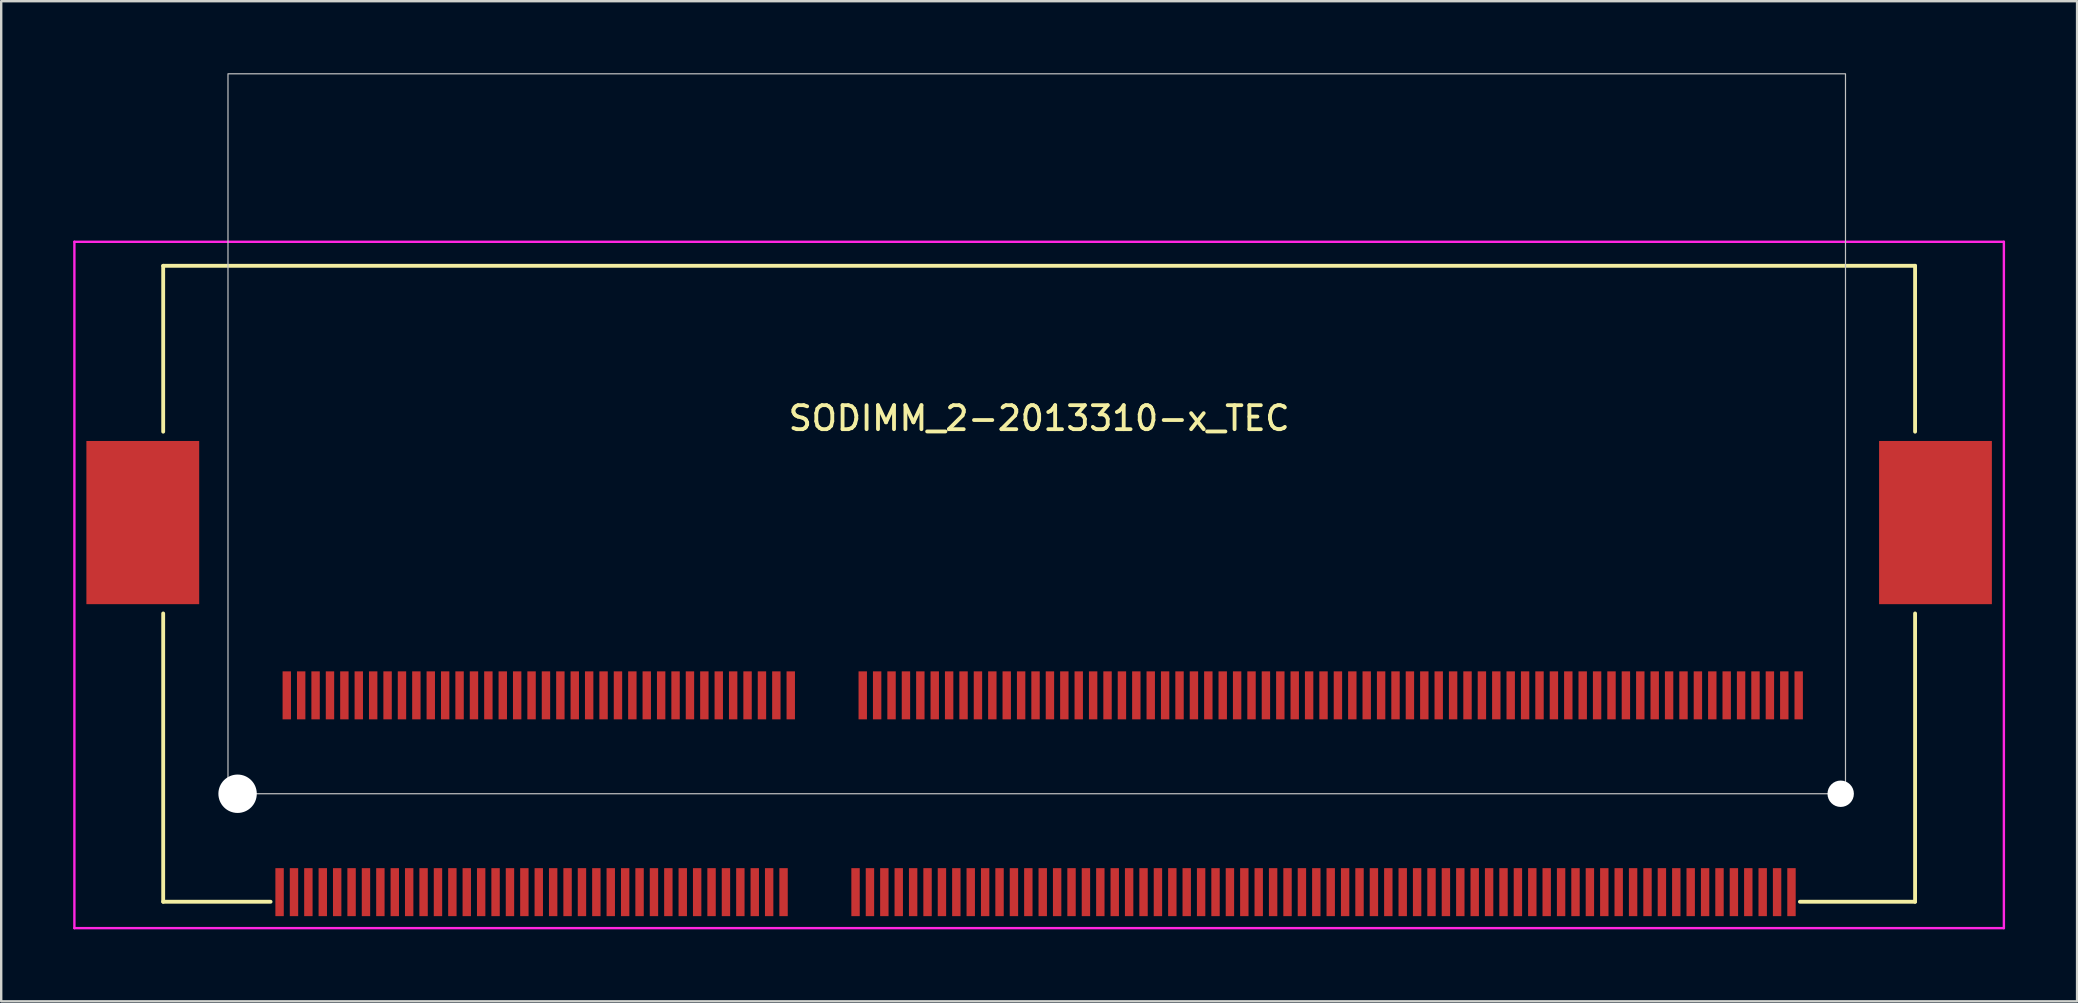
<source format=kicad_pcb>
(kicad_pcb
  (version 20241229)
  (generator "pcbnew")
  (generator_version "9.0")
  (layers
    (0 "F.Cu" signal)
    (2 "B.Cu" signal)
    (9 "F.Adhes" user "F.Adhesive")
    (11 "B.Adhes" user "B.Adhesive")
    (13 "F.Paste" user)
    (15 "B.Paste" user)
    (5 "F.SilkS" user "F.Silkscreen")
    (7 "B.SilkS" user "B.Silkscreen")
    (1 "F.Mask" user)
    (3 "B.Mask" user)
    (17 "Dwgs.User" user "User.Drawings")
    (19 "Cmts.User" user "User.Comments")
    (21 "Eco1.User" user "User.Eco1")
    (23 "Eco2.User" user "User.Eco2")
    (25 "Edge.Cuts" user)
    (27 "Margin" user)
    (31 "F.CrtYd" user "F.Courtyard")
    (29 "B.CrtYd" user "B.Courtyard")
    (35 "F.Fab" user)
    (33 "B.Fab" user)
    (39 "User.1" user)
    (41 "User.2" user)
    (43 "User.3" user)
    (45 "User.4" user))
  (footprint "SODIMM_2-2013310-x_TEC"
    (layer "F.Cu")
    (at 6.85 30.025)
    (property "Reference" "SODIMM_2-2013310-x_TEC" (at 33.4 -15.646 0) (unlocked yes) (layer "F.SilkS") (effects (font (size 1 1) (thickness 0.16))))
    (attr smd)
    (fp_line (start -3.1 -22) (end -3.1 -15.087) (stroke (width 0.16) (type solid)) (layer "F.SilkS"))
    (fp_line (start -3.1 -7.513) (end -3.1 4.5) (stroke (width 0.16) (type solid)) (layer "F.SilkS"))
    (fp_line (start -3.1 4.5) (end 1.375 4.5) (stroke (width 0.16) (type solid)) (layer "F.SilkS"))
    (fp_line (start 65.1 4.5) (end 69.9 4.5) (stroke (width 0.16) (type solid)) (layer "F.SilkS"))
    (fp_line (start 69.9 -22) (end -3.1 -22) (stroke (width 0.16) (type solid)) (layer "F.SilkS"))
    (fp_line (start 69.9 -15.087) (end 69.9 -22) (stroke (width 0.16) (type solid)) (layer "F.SilkS"))
    (fp_line (start 69.9 4.5) (end 69.9 -7.513) (stroke (width 0.16) (type solid)) (layer "F.SilkS"))
    (fp_rect (start -0.4 -30) (end 67 0) (stroke (width 0.05) (type solid)) (fill no) (layer "Dwgs.User"))
    (fp_line (start -6.8 -23) (end -6.8 5.6) (stroke (width 0.1) (type solid)) (layer "F.CrtYd"))
    (fp_line (start -6.8 5.6) (end 73.6 5.6) (stroke (width 0.1) (type solid)) (layer "F.CrtYd"))
    (fp_line (start 73.6 -23) (end -6.8 -23) (stroke (width 0.1) (type solid)) (layer "F.CrtYd"))
    (fp_line (start 73.6 5.6) (end 73.6 -23) (stroke (width 0.1) (type solid)) (layer "F.CrtYd"))
    (pad "" smd rect (at -5.1 -13) (size 2 3) (layers "F.Paste"))
    (pad "" smd rect (at -5.1 -9.6) (size 2 3) (layers "F.Paste"))
    (pad "" smd rect (at -2.8 -13) (size 2 3) (layers "F.Paste"))
    (pad "" smd rect (at -2.8 -9.6) (size 2 3) (layers "F.Paste"))
    (pad "" np_thru_hole circle (at 0 0) (size 1.6 1.6) (drill 1.6) (layers "*.Cu" "*.Mask"))
    (pad "" np_thru_hole circle (at 66.8 0) (size 1.1 1.1) (drill 1.1) (layers "*.Cu" "*.Mask"))
    (pad "" smd rect (at 69.6 -13) (size 2 3) (layers "F.Paste"))
    (pad "" smd rect (at 69.6 -9.6) (size 2 3) (layers "F.Paste"))
    (pad "" smd rect (at 71.9 -13) (size 2 3) (layers "F.Paste"))
    (pad "" smd rect (at 71.9 -9.6) (size 2 3) (layers "F.Paste"))
    (pad "1" smd rect (at 1.75 4.1) (size 0.35 2) (layers "F.Cu" "F.Mask" "F.Paste"))
    (pad "2" smd rect (at 2.05 -4.1) (size 0.35 2) (layers "F.Cu" "F.Mask" "F.Paste"))
    (pad "3" smd rect (at 2.35 4.1) (size 0.35 2) (layers "F.Cu" "F.Mask" "F.Paste"))
    (pad "4" smd rect (at 2.65 -4.1) (size 0.35 2) (layers "F.Cu" "F.Mask" "F.Paste"))
    (pad "5" smd rect (at 2.95 4.1) (size 0.35 2) (layers "F.Cu" "F.Mask" "F.Paste"))
    (pad "6" smd rect (at 3.25 -4.1) (size 0.35 2) (layers "F.Cu" "F.Mask" "F.Paste"))
    (pad "7" smd rect (at 3.55 4.1) (size 0.35 2) (layers "F.Cu" "F.Mask" "F.Paste"))
    (pad "8" smd rect (at 3.85 -4.1) (size 0.35 2) (layers "F.Cu" "F.Mask" "F.Paste"))
    (pad "9" smd rect (at 4.15 4.1) (size 0.35 2) (layers "F.Cu" "F.Mask" "F.Paste"))
    (pad "10" smd rect (at 4.45 -4.1) (size 0.35 2) (layers "F.Cu" "F.Mask" "F.Paste"))
    (pad "11" smd rect (at 4.75 4.1) (size 0.35 2) (layers "F.Cu" "F.Mask" "F.Paste"))
    (pad "12" smd rect (at 5.05 -4.1) (size 0.35 2) (layers "F.Cu" "F.Mask" "F.Paste"))
    (pad "13" smd rect (at 5.35 4.1) (size 0.35 2) (layers "F.Cu" "F.Mask" "F.Paste"))
    (pad "14" smd rect (at 5.65 -4.1) (size 0.35 2) (layers "F.Cu" "F.Mask" "F.Paste"))
    (pad "15" smd rect (at 5.95 4.1) (size 0.35 2) (layers "F.Cu" "F.Mask" "F.Paste"))
    (pad "16" smd rect (at 6.25 -4.1) (size 0.35 2) (layers "F.Cu" "F.Mask" "F.Paste"))
    (pad "17" smd rect (at 6.55 4.1) (size 0.35 2) (layers "F.Cu" "F.Mask" "F.Paste"))
    (pad "18" smd rect (at 6.85 -4.1) (size 0.35 2) (layers "F.Cu" "F.Mask" "F.Paste"))
    (pad "19" smd rect (at 7.15 4.1) (size 0.35 2) (layers "F.Cu" "F.Mask" "F.Paste"))
    (pad "20" smd rect (at 7.45 -4.1) (size 0.35 2) (layers "F.Cu" "F.Mask" "F.Paste"))
    (pad "21" smd rect (at 7.75 4.1) (size 0.35 2) (layers "F.Cu" "F.Mask" "F.Paste"))
    (pad "22" smd rect (at 8.05 -4.1) (size 0.35 2) (layers "F.Cu" "F.Mask" "F.Paste"))
    (pad "23" smd rect (at 8.35 4.1) (size 0.35 2) (layers "F.Cu" "F.Mask" "F.Paste"))
    (pad "24" smd rect (at 8.65 -4.1) (size 0.35 2) (layers "F.Cu" "F.Mask" "F.Paste"))
    (pad "25" smd rect (at 8.95 4.1) (size 0.35 2) (layers "F.Cu" "F.Mask" "F.Paste"))
    (pad "26" smd rect (at 9.25 -4.1) (size 0.35 2) (layers "F.Cu" "F.Mask" "F.Paste"))
    (pad "27" smd rect (at 9.55 4.1) (size 0.35 2) (layers "F.Cu" "F.Mask" "F.Paste"))
    (pad "28" smd rect (at 9.85 -4.1) (size 0.35 2) (layers "F.Cu" "F.Mask" "F.Paste"))
    (pad "29" smd rect (at 10.15 4.1) (size 0.35 2) (layers "F.Cu" "F.Mask" "F.Paste"))
    (pad "30" smd rect (at 10.45 -4.1) (size 0.35 2) (layers "F.Cu" "F.Mask" "F.Paste"))
    (pad "31" smd rect (at 10.75 4.1) (size 0.35 2) (layers "F.Cu" "F.Mask" "F.Paste"))
    (pad "32" smd rect (at 11.05 -4.1) (size 0.35 2) (layers "F.Cu" "F.Mask" "F.Paste"))
    (pad "33" smd rect (at 11.35 4.1) (size 0.35 2) (layers "F.Cu" "F.Mask" "F.Paste"))
    (pad "34" smd rect (at 11.65 -4.1) (size 0.35 2) (layers "F.Cu" "F.Mask" "F.Paste"))
    (pad "35" smd rect (at 11.95 4.1) (size 0.35 2) (layers "F.Cu" "F.Mask" "F.Paste"))
    (pad "36" smd rect (at 12.25 -4.1) (size 0.35 2) (layers "F.Cu" "F.Mask" "F.Paste"))
    (pad "37" smd rect (at 12.55 4.1) (size 0.35 2) (layers "F.Cu" "F.Mask" "F.Paste"))
    (pad "38" smd rect (at 12.85 -4.1) (size 0.35 2) (layers "F.Cu" "F.Mask" "F.Paste"))
    (pad "39" smd rect (at 13.15 4.1) (size 0.35 2) (layers "F.Cu" "F.Mask" "F.Paste"))
    (pad "40" smd rect (at 13.45 -4.1) (size 0.35 2) (layers "F.Cu" "F.Mask" "F.Paste"))
    (pad "41" smd rect (at 13.75 4.1) (size 0.35 2) (layers "F.Cu" "F.Mask" "F.Paste"))
    (pad "42" smd rect (at 14.05 -4.1) (size 0.35 2) (layers "F.Cu" "F.Mask" "F.Paste"))
    (pad "43" smd rect (at 14.35 4.1) (size 0.35 2) (layers "F.Cu" "F.Mask" "F.Paste"))
    (pad "44" smd rect (at 14.65 -4.1) (size 0.35 2) (layers "F.Cu" "F.Mask" "F.Paste"))
    (pad "45" smd rect (at 14.95 4.1) (size 0.35 2) (layers "F.Cu" "F.Mask" "F.Paste"))
    (pad "46" smd rect (at 15.25 -4.1) (size 0.35 2) (layers "F.Cu" "F.Mask" "F.Paste"))
    (pad "47" smd rect (at 15.55 4.1) (size 0.35 2) (layers "F.Cu" "F.Mask" "F.Paste"))
    (pad "48" smd rect (at 15.85 -4.1) (size 0.35 2) (layers "F.Cu" "F.Mask" "F.Paste"))
    (pad "49" smd rect (at 16.15 4.1) (size 0.35 2) (layers "F.Cu" "F.Mask" "F.Paste"))
    (pad "50" smd rect (at 16.45 -4.1) (size 0.35 2) (layers "F.Cu" "F.Mask" "F.Paste"))
    (pad "51" smd rect (at 16.75 4.1) (size 0.35 2) (layers "F.Cu" "F.Mask" "F.Paste"))
    (pad "52" smd rect (at 17.05 -4.1) (size 0.35 2) (layers "F.Cu" "F.Mask" "F.Paste"))
    (pad "53" smd rect (at 17.35 4.1) (size 0.35 2) (layers "F.Cu" "F.Mask" "F.Paste"))
    (pad "54" smd rect (at 17.65 -4.1) (size 0.35 2) (layers "F.Cu" "F.Mask" "F.Paste"))
    (pad "55" smd rect (at 17.95 4.1) (size 0.35 2) (layers "F.Cu" "F.Mask" "F.Paste"))
    (pad "56" smd rect (at 18.25 -4.1) (size 0.35 2) (layers "F.Cu" "F.Mask" "F.Paste"))
    (pad "57" smd rect (at 18.55 4.1) (size 0.35 2) (layers "F.Cu" "F.Mask" "F.Paste"))
    (pad "58" smd rect (at 18.85 -4.1) (size 0.35 2) (layers "F.Cu" "F.Mask" "F.Paste"))
    (pad "59" smd rect (at 19.15 4.1) (size 0.35 2) (layers "F.Cu" "F.Mask" "F.Paste"))
    (pad "60" smd rect (at 19.45 -4.1) (size 0.35 2) (layers "F.Cu" "F.Mask" "F.Paste"))
    (pad "61" smd rect (at 19.75 4.1) (size 0.35 2) (layers "F.Cu" "F.Mask" "F.Paste"))
    (pad "62" smd rect (at 20.05 -4.1) (size 0.35 2) (layers "F.Cu" "F.Mask" "F.Paste"))
    (pad "63" smd rect (at 20.35 4.1) (size 0.35 2) (layers "F.Cu" "F.Mask" "F.Paste"))
    (pad "64" smd rect (at 20.65 -4.1) (size 0.35 2) (layers "F.Cu" "F.Mask" "F.Paste"))
    (pad "65" smd rect (at 20.95 4.1) (size 0.35 2) (layers "F.Cu" "F.Mask" "F.Paste"))
    (pad "66" smd rect (at 21.25 -4.1) (size 0.35 2) (layers "F.Cu" "F.Mask" "F.Paste"))
    (pad "67" smd rect (at 21.55 4.1) (size 0.35 2) (layers "F.Cu" "F.Mask" "F.Paste"))
    (pad "68" smd rect (at 21.85 -4.1) (size 0.35 2) (layers "F.Cu" "F.Mask" "F.Paste"))
    (pad "69" smd rect (at 22.15 4.1) (size 0.35 2) (layers "F.Cu" "F.Mask" "F.Paste"))
    (pad "70" smd rect (at 22.45 -4.1) (size 0.35 2) (layers "F.Cu" "F.Mask" "F.Paste"))
    (pad "71" smd rect (at 22.75 4.1) (size 0.35 2) (layers "F.Cu" "F.Mask" "F.Paste"))
    (pad "72" smd rect (at 23.05 -4.1) (size 0.35 2) (layers "F.Cu" "F.Mask" "F.Paste"))
    (pad "73" smd rect (at 25.75 4.1) (size 0.35 2) (layers "F.Cu" "F.Mask" "F.Paste"))
    (pad "74" smd rect (at 26.05 -4.1) (size 0.35 2) (layers "F.Cu" "F.Mask" "F.Paste"))
    (pad "75" smd rect (at 26.35 4.1) (size 0.35 2) (layers "F.Cu" "F.Mask" "F.Paste"))
    (pad "76" smd rect (at 26.65 -4.1) (size 0.35 2) (layers "F.Cu" "F.Mask" "F.Paste"))
    (pad "77" smd rect (at 26.95 4.1) (size 0.35 2) (layers "F.Cu" "F.Mask" "F.Paste"))
    (pad "78" smd rect (at 27.25 -4.1) (size 0.35 2) (layers "F.Cu" "F.Mask" "F.Paste"))
    (pad "79" smd rect (at 27.55 4.1) (size 0.35 2) (layers "F.Cu" "F.Mask" "F.Paste"))
    (pad "80" smd rect (at 27.85 -4.1) (size 0.35 2) (layers "F.Cu" "F.Mask" "F.Paste"))
    (pad "81" smd rect (at 28.15 4.1) (size 0.35 2) (layers "F.Cu" "F.Mask" "F.Paste"))
    (pad "82" smd rect (at 28.45 -4.1) (size 0.35 2) (layers "F.Cu" "F.Mask" "F.Paste"))
    (pad "83" smd rect (at 28.75 4.1) (size 0.35 2) (layers "F.Cu" "F.Mask" "F.Paste"))
    (pad "84" smd rect (at 29.05 -4.1) (size 0.35 2) (layers "F.Cu" "F.Mask" "F.Paste"))
    (pad "85" smd rect (at 29.35 4.1) (size 0.35 2) (layers "F.Cu" "F.Mask" "F.Paste"))
    (pad "86" smd rect (at 29.65 -4.1) (size 0.35 2) (layers "F.Cu" "F.Mask" "F.Paste"))
    (pad "87" smd rect (at 29.95 4.1) (size 0.35 2) (layers "F.Cu" "F.Mask" "F.Paste"))
    (pad "88" smd rect (at 30.25 -4.1) (size 0.35 2) (layers "F.Cu" "F.Mask" "F.Paste"))
    (pad "89" smd rect (at 30.55 4.1) (size 0.35 2) (layers "F.Cu" "F.Mask" "F.Paste"))
    (pad "90" smd rect (at 30.85 -4.1) (size 0.35 2) (layers "F.Cu" "F.Mask" "F.Paste"))
    (pad "91" smd rect (at 31.15 4.1) (size 0.35 2) (layers "F.Cu" "F.Mask" "F.Paste"))
    (pad "92" smd rect (at 31.45 -4.1) (size 0.35 2) (layers "F.Cu" "F.Mask" "F.Paste"))
    (pad "93" smd rect (at 31.75 4.1) (size 0.35 2) (layers "F.Cu" "F.Mask" "F.Paste"))
    (pad "94" smd rect (at 32.05 -4.1) (size 0.35 2) (layers "F.Cu" "F.Mask" "F.Paste"))
    (pad "95" smd rect (at 32.35 4.1) (size 0.35 2) (layers "F.Cu" "F.Mask" "F.Paste"))
    (pad "96" smd rect (at 32.65 -4.1) (size 0.35 2) (layers "F.Cu" "F.Mask" "F.Paste"))
    (pad "97" smd rect (at 32.95 4.1) (size 0.35 2) (layers "F.Cu" "F.Mask" "F.Paste"))
    (pad "98" smd rect (at 33.25 -4.1) (size 0.35 2) (layers "F.Cu" "F.Mask" "F.Paste"))
    (pad "99" smd rect (at 33.55 4.1) (size 0.35 2) (layers "F.Cu" "F.Mask" "F.Paste"))
    (pad "100" smd rect (at 33.85 -4.1) (size 0.35 2) (layers "F.Cu" "F.Mask" "F.Paste"))
    (pad "101" smd rect (at 34.15 4.1) (size 0.35 2) (layers "F.Cu" "F.Mask" "F.Paste"))
    (pad "102" smd rect (at 34.45 -4.1) (size 0.35 2) (layers "F.Cu" "F.Mask" "F.Paste"))
    (pad "103" smd rect (at 34.75 4.1) (size 0.35 2) (layers "F.Cu" "F.Mask" "F.Paste"))
    (pad "104" smd rect (at 35.05 -4.1) (size 0.35 2) (layers "F.Cu" "F.Mask" "F.Paste"))
    (pad "105" smd rect (at 35.35 4.1) (size 0.35 2) (layers "F.Cu" "F.Mask" "F.Paste"))
    (pad "106" smd rect (at 35.65 -4.1) (size 0.35 2) (layers "F.Cu" "F.Mask" "F.Paste"))
    (pad "107" smd rect (at 35.95 4.1) (size 0.35 2) (layers "F.Cu" "F.Mask" "F.Paste"))
    (pad "108" smd rect (at 36.25 -4.1) (size 0.35 2) (layers "F.Cu" "F.Mask" "F.Paste"))
    (pad "109" smd rect (at 36.55 4.1) (size 0.35 2) (layers "F.Cu" "F.Mask" "F.Paste"))
    (pad "110" smd rect (at 36.85 -4.1) (size 0.35 2) (layers "F.Cu" "F.Mask" "F.Paste"))
    (pad "111" smd rect (at 37.15 4.1) (size 0.35 2) (layers "F.Cu" "F.Mask" "F.Paste"))
    (pad "112" smd rect (at 37.45 -4.1) (size 0.35 2) (layers "F.Cu" "F.Mask" "F.Paste"))
    (pad "113" smd rect (at 37.75 4.1) (size 0.35 2) (layers "F.Cu" "F.Mask" "F.Paste"))
    (pad "114" smd rect (at 38.05 -4.1) (size 0.35 2) (layers "F.Cu" "F.Mask" "F.Paste"))
    (pad "115" smd rect (at 38.35 4.1) (size 0.35 2) (layers "F.Cu" "F.Mask" "F.Paste"))
    (pad "116" smd rect (at 38.65 -4.1) (size 0.35 2) (layers "F.Cu" "F.Mask" "F.Paste"))
    (pad "117" smd rect (at 38.95 4.1) (size 0.35 2) (layers "F.Cu" "F.Mask" "F.Paste"))
    (pad "118" smd rect (at 39.25 -4.1) (size 0.35 2) (layers "F.Cu" "F.Mask" "F.Paste"))
    (pad "119" smd rect (at 39.55 4.1) (size 0.35 2) (layers "F.Cu" "F.Mask" "F.Paste"))
    (pad "120" smd rect (at 39.85 -4.1) (size 0.35 2) (layers "F.Cu" "F.Mask" "F.Paste"))
    (pad "121" smd rect (at 40.15 4.1) (size 0.35 2) (layers "F.Cu" "F.Mask" "F.Paste"))
    (pad "122" smd rect (at 40.45 -4.1) (size 0.35 2) (layers "F.Cu" "F.Mask" "F.Paste"))
    (pad "123" smd rect (at 40.75 4.1) (size 0.35 2) (layers "F.Cu" "F.Mask" "F.Paste"))
    (pad "124" smd rect (at 41.05 -4.1) (size 0.35 2) (layers "F.Cu" "F.Mask" "F.Paste"))
    (pad "125" smd rect (at 41.35 4.1) (size 0.35 2) (layers "F.Cu" "F.Mask" "F.Paste"))
    (pad "126" smd rect (at 41.65 -4.1) (size 0.35 2) (layers "F.Cu" "F.Mask" "F.Paste"))
    (pad "127" smd rect (at 41.95 4.1) (size 0.35 2) (layers "F.Cu" "F.Mask" "F.Paste"))
    (pad "128" smd rect (at 42.25 -4.1) (size 0.35 2) (layers "F.Cu" "F.Mask" "F.Paste"))
    (pad "129" smd rect (at 42.55 4.1) (size 0.35 2) (layers "F.Cu" "F.Mask" "F.Paste"))
    (pad "130" smd rect (at 42.85 -4.1) (size 0.35 2) (layers "F.Cu" "F.Mask" "F.Paste"))
    (pad "131" smd rect (at 43.15 4.1) (size 0.35 2) (layers "F.Cu" "F.Mask" "F.Paste"))
    (pad "132" smd rect (at 43.45 -4.1) (size 0.35 2) (layers "F.Cu" "F.Mask" "F.Paste"))
    (pad "133" smd rect (at 43.75 4.1) (size 0.35 2) (layers "F.Cu" "F.Mask" "F.Paste"))
    (pad "134" smd rect (at 44.05 -4.1) (size 0.35 2) (layers "F.Cu" "F.Mask" "F.Paste"))
    (pad "135" smd rect (at 44.35 4.1) (size 0.35 2) (layers "F.Cu" "F.Mask" "F.Paste"))
    (pad "136" smd rect (at 44.65 -4.1) (size 0.35 2) (layers "F.Cu" "F.Mask" "F.Paste"))
    (pad "137" smd rect (at 44.95 4.1) (size 0.35 2) (layers "F.Cu" "F.Mask" "F.Paste"))
    (pad "138" smd rect (at 45.25 -4.1) (size 0.35 2) (layers "F.Cu" "F.Mask" "F.Paste"))
    (pad "139" smd rect (at 45.55 4.1) (size 0.35 2) (layers "F.Cu" "F.Mask" "F.Paste"))
    (pad "140" smd rect (at 45.85 -4.1) (size 0.35 2) (layers "F.Cu" "F.Mask" "F.Paste"))
    (pad "141" smd rect (at 46.15 4.1) (size 0.35 2) (layers "F.Cu" "F.Mask" "F.Paste"))
    (pad "142" smd rect (at 46.45 -4.1) (size 0.35 2) (layers "F.Cu" "F.Mask" "F.Paste"))
    (pad "143" smd rect (at 46.75 4.1) (size 0.35 2) (layers "F.Cu" "F.Mask" "F.Paste"))
    (pad "144" smd rect (at 47.05 -4.1) (size 0.35 2) (layers "F.Cu" "F.Mask" "F.Paste"))
    (pad "145" smd rect (at 47.35 4.1) (size 0.35 2) (layers "F.Cu" "F.Mask" "F.Paste"))
    (pad "146" smd rect (at 47.65 -4.1) (size 0.35 2) (layers "F.Cu" "F.Mask" "F.Paste"))
    (pad "147" smd rect (at 47.95 4.1) (size 0.35 2) (layers "F.Cu" "F.Mask" "F.Paste"))
    (pad "148" smd rect (at 48.25 -4.1) (size 0.35 2) (layers "F.Cu" "F.Mask" "F.Paste"))
    (pad "149" smd rect (at 48.55 4.1) (size 0.35 2) (layers "F.Cu" "F.Mask" "F.Paste"))
    (pad "150" smd rect (at 48.85 -4.1) (size 0.35 2) (layers "F.Cu" "F.Mask" "F.Paste"))
    (pad "151" smd rect (at 49.15 4.1) (size 0.35 2) (layers "F.Cu" "F.Mask" "F.Paste"))
    (pad "152" smd rect (at 49.45 -4.1) (size 0.35 2) (layers "F.Cu" "F.Mask" "F.Paste"))
    (pad "153" smd rect (at 49.75 4.1) (size 0.35 2) (layers "F.Cu" "F.Mask" "F.Paste"))
    (pad "154" smd rect (at 50.05 -4.1) (size 0.35 2) (layers "F.Cu" "F.Mask" "F.Paste"))
    (pad "155" smd rect (at 50.35 4.1) (size 0.35 2) (layers "F.Cu" "F.Mask" "F.Paste"))
    (pad "156" smd rect (at 50.65 -4.1) (size 0.35 2) (layers "F.Cu" "F.Mask" "F.Paste"))
    (pad "157" smd rect (at 50.95 4.1) (size 0.35 2) (layers "F.Cu" "F.Mask" "F.Paste"))
    (pad "158" smd rect (at 51.25 -4.1) (size 0.35 2) (layers "F.Cu" "F.Mask" "F.Paste"))
    (pad "159" smd rect (at 51.55 4.1) (size 0.35 2) (layers "F.Cu" "F.Mask" "F.Paste"))
    (pad "160" smd rect (at 51.85 -4.1) (size 0.35 2) (layers "F.Cu" "F.Mask" "F.Paste"))
    (pad "161" smd rect (at 52.15 4.1) (size 0.35 2) (layers "F.Cu" "F.Mask" "F.Paste"))
    (pad "162" smd rect (at 52.45 -4.1) (size 0.35 2) (layers "F.Cu" "F.Mask" "F.Paste"))
    (pad "163" smd rect (at 52.75 4.1) (size 0.35 2) (layers "F.Cu" "F.Mask" "F.Paste"))
    (pad "164" smd rect (at 53.05 -4.1) (size 0.35 2) (layers "F.Cu" "F.Mask" "F.Paste"))
    (pad "165" smd rect (at 53.35 4.1) (size 0.35 2) (layers "F.Cu" "F.Mask" "F.Paste"))
    (pad "166" smd rect (at 53.65 -4.1) (size 0.35 2) (layers "F.Cu" "F.Mask" "F.Paste"))
    (pad "167" smd rect (at 53.95 4.1) (size 0.35 2) (layers "F.Cu" "F.Mask" "F.Paste"))
    (pad "168" smd rect (at 54.25 -4.1) (size 0.35 2) (layers "F.Cu" "F.Mask" "F.Paste"))
    (pad "169" smd rect (at 54.55 4.1) (size 0.35 2) (layers "F.Cu" "F.Mask" "F.Paste"))
    (pad "170" smd rect (at 54.85 -4.1) (size 0.35 2) (layers "F.Cu" "F.Mask" "F.Paste"))
    (pad "171" smd rect (at 55.15 4.1) (size 0.35 2) (layers "F.Cu" "F.Mask" "F.Paste"))
    (pad "172" smd rect (at 55.45 -4.1) (size 0.35 2) (layers "F.Cu" "F.Mask" "F.Paste"))
    (pad "173" smd rect (at 55.75 4.1) (size 0.35 2) (layers "F.Cu" "F.Mask" "F.Paste"))
    (pad "174" smd rect (at 56.05 -4.1) (size 0.35 2) (layers "F.Cu" "F.Mask" "F.Paste"))
    (pad "175" smd rect (at 56.35 4.1) (size 0.35 2) (layers "F.Cu" "F.Mask" "F.Paste"))
    (pad "176" smd rect (at 56.65 -4.1) (size 0.35 2) (layers "F.Cu" "F.Mask" "F.Paste"))
    (pad "177" smd rect (at 56.95 4.1) (size 0.35 2) (layers "F.Cu" "F.Mask" "F.Paste"))
    (pad "178" smd rect (at 57.25 -4.1) (size 0.35 2) (layers "F.Cu" "F.Mask" "F.Paste"))
    (pad "179" smd rect (at 57.55 4.1) (size 0.35 2) (layers "F.Cu" "F.Mask" "F.Paste"))
    (pad "180" smd rect (at 57.85 -4.1) (size 0.35 2) (layers "F.Cu" "F.Mask" "F.Paste"))
    (pad "181" smd rect (at 58.15 4.1) (size 0.35 2) (layers "F.Cu" "F.Mask" "F.Paste"))
    (pad "182" smd rect (at 58.45 -4.1) (size 0.35 2) (layers "F.Cu" "F.Mask" "F.Paste"))
    (pad "183" smd rect (at 58.75 4.1) (size 0.35 2) (layers "F.Cu" "F.Mask" "F.Paste"))
    (pad "184" smd rect (at 59.05 -4.1) (size 0.35 2) (layers "F.Cu" "F.Mask" "F.Paste"))
    (pad "185" smd rect (at 59.35 4.1) (size 0.35 2) (layers "F.Cu" "F.Mask" "F.Paste"))
    (pad "186" smd rect (at 59.65 -4.1) (size 0.35 2) (layers "F.Cu" "F.Mask" "F.Paste"))
    (pad "187" smd rect (at 59.95 4.1) (size 0.35 2) (layers "F.Cu" "F.Mask" "F.Paste"))
    (pad "188" smd rect (at 60.25 -4.1) (size 0.35 2) (layers "F.Cu" "F.Mask" "F.Paste"))
    (pad "189" smd rect (at 60.55 4.1) (size 0.35 2) (layers "F.Cu" "F.Mask" "F.Paste"))
    (pad "190" smd rect (at 60.85 -4.1) (size 0.35 2) (layers "F.Cu" "F.Mask" "F.Paste"))
    (pad "191" smd rect (at 61.15 4.1) (size 0.35 2) (layers "F.Cu" "F.Mask" "F.Paste"))
    (pad "192" smd rect (at 61.45 -4.1) (size 0.35 2) (layers "F.Cu" "F.Mask" "F.Paste"))
    (pad "193" smd rect (at 61.75 4.1) (size 0.35 2) (layers "F.Cu" "F.Mask" "F.Paste"))
    (pad "194" smd rect (at 62.05 -4.1) (size 0.35 2) (layers "F.Cu" "F.Mask" "F.Paste"))
    (pad "195" smd rect (at 62.35 4.1) (size 0.35 2) (layers "F.Cu" "F.Mask" "F.Paste"))
    (pad "196" smd rect (at 62.65 -4.1) (size 0.35 2) (layers "F.Cu" "F.Mask" "F.Paste"))
    (pad "197" smd rect (at 62.95 4.1) (size 0.35 2) (layers "F.Cu" "F.Mask" "F.Paste"))
    (pad "198" smd rect (at 63.25 -4.1) (size 0.35 2) (layers "F.Cu" "F.Mask" "F.Paste"))
    (pad "199" smd rect (at 63.55 4.1) (size 0.35 2) (layers "F.Cu" "F.Mask" "F.Paste"))
    (pad "200" smd rect (at 63.85 -4.1) (size 0.35 2) (layers "F.Cu" "F.Mask" "F.Paste"))
    (pad "201" smd rect (at 64.15 4.1) (size 0.35 2) (layers "F.Cu" "F.Mask" "F.Paste"))
    (pad "202" smd rect (at 64.45 -4.1) (size 0.35 2) (layers "F.Cu" "F.Mask" "F.Paste"))
    (pad "203" smd rect (at 64.75 4.1) (size 0.35 2) (layers "F.Cu" "F.Mask" "F.Paste"))
    (pad "204" smd rect (at 65.05 -4.1) (size 0.35 2) (layers "F.Cu" "F.Mask" "F.Paste"))
    (pad "205" smd rect (at -3.95 -11.3) (size 4.7 6.8) (layers "F.Cu" "F.Mask"))
    (pad "206" smd rect (at 70.75 -11.3) (size 4.7 6.8) (layers "F.Cu" "F.Mask")))
  (gr_rect
    (start -3 -3)
    (end 83.5 38.675)
    (stroke (width 0.1) (type default))
    (fill no)
    (layer "Edge.Cuts")))
</source>
